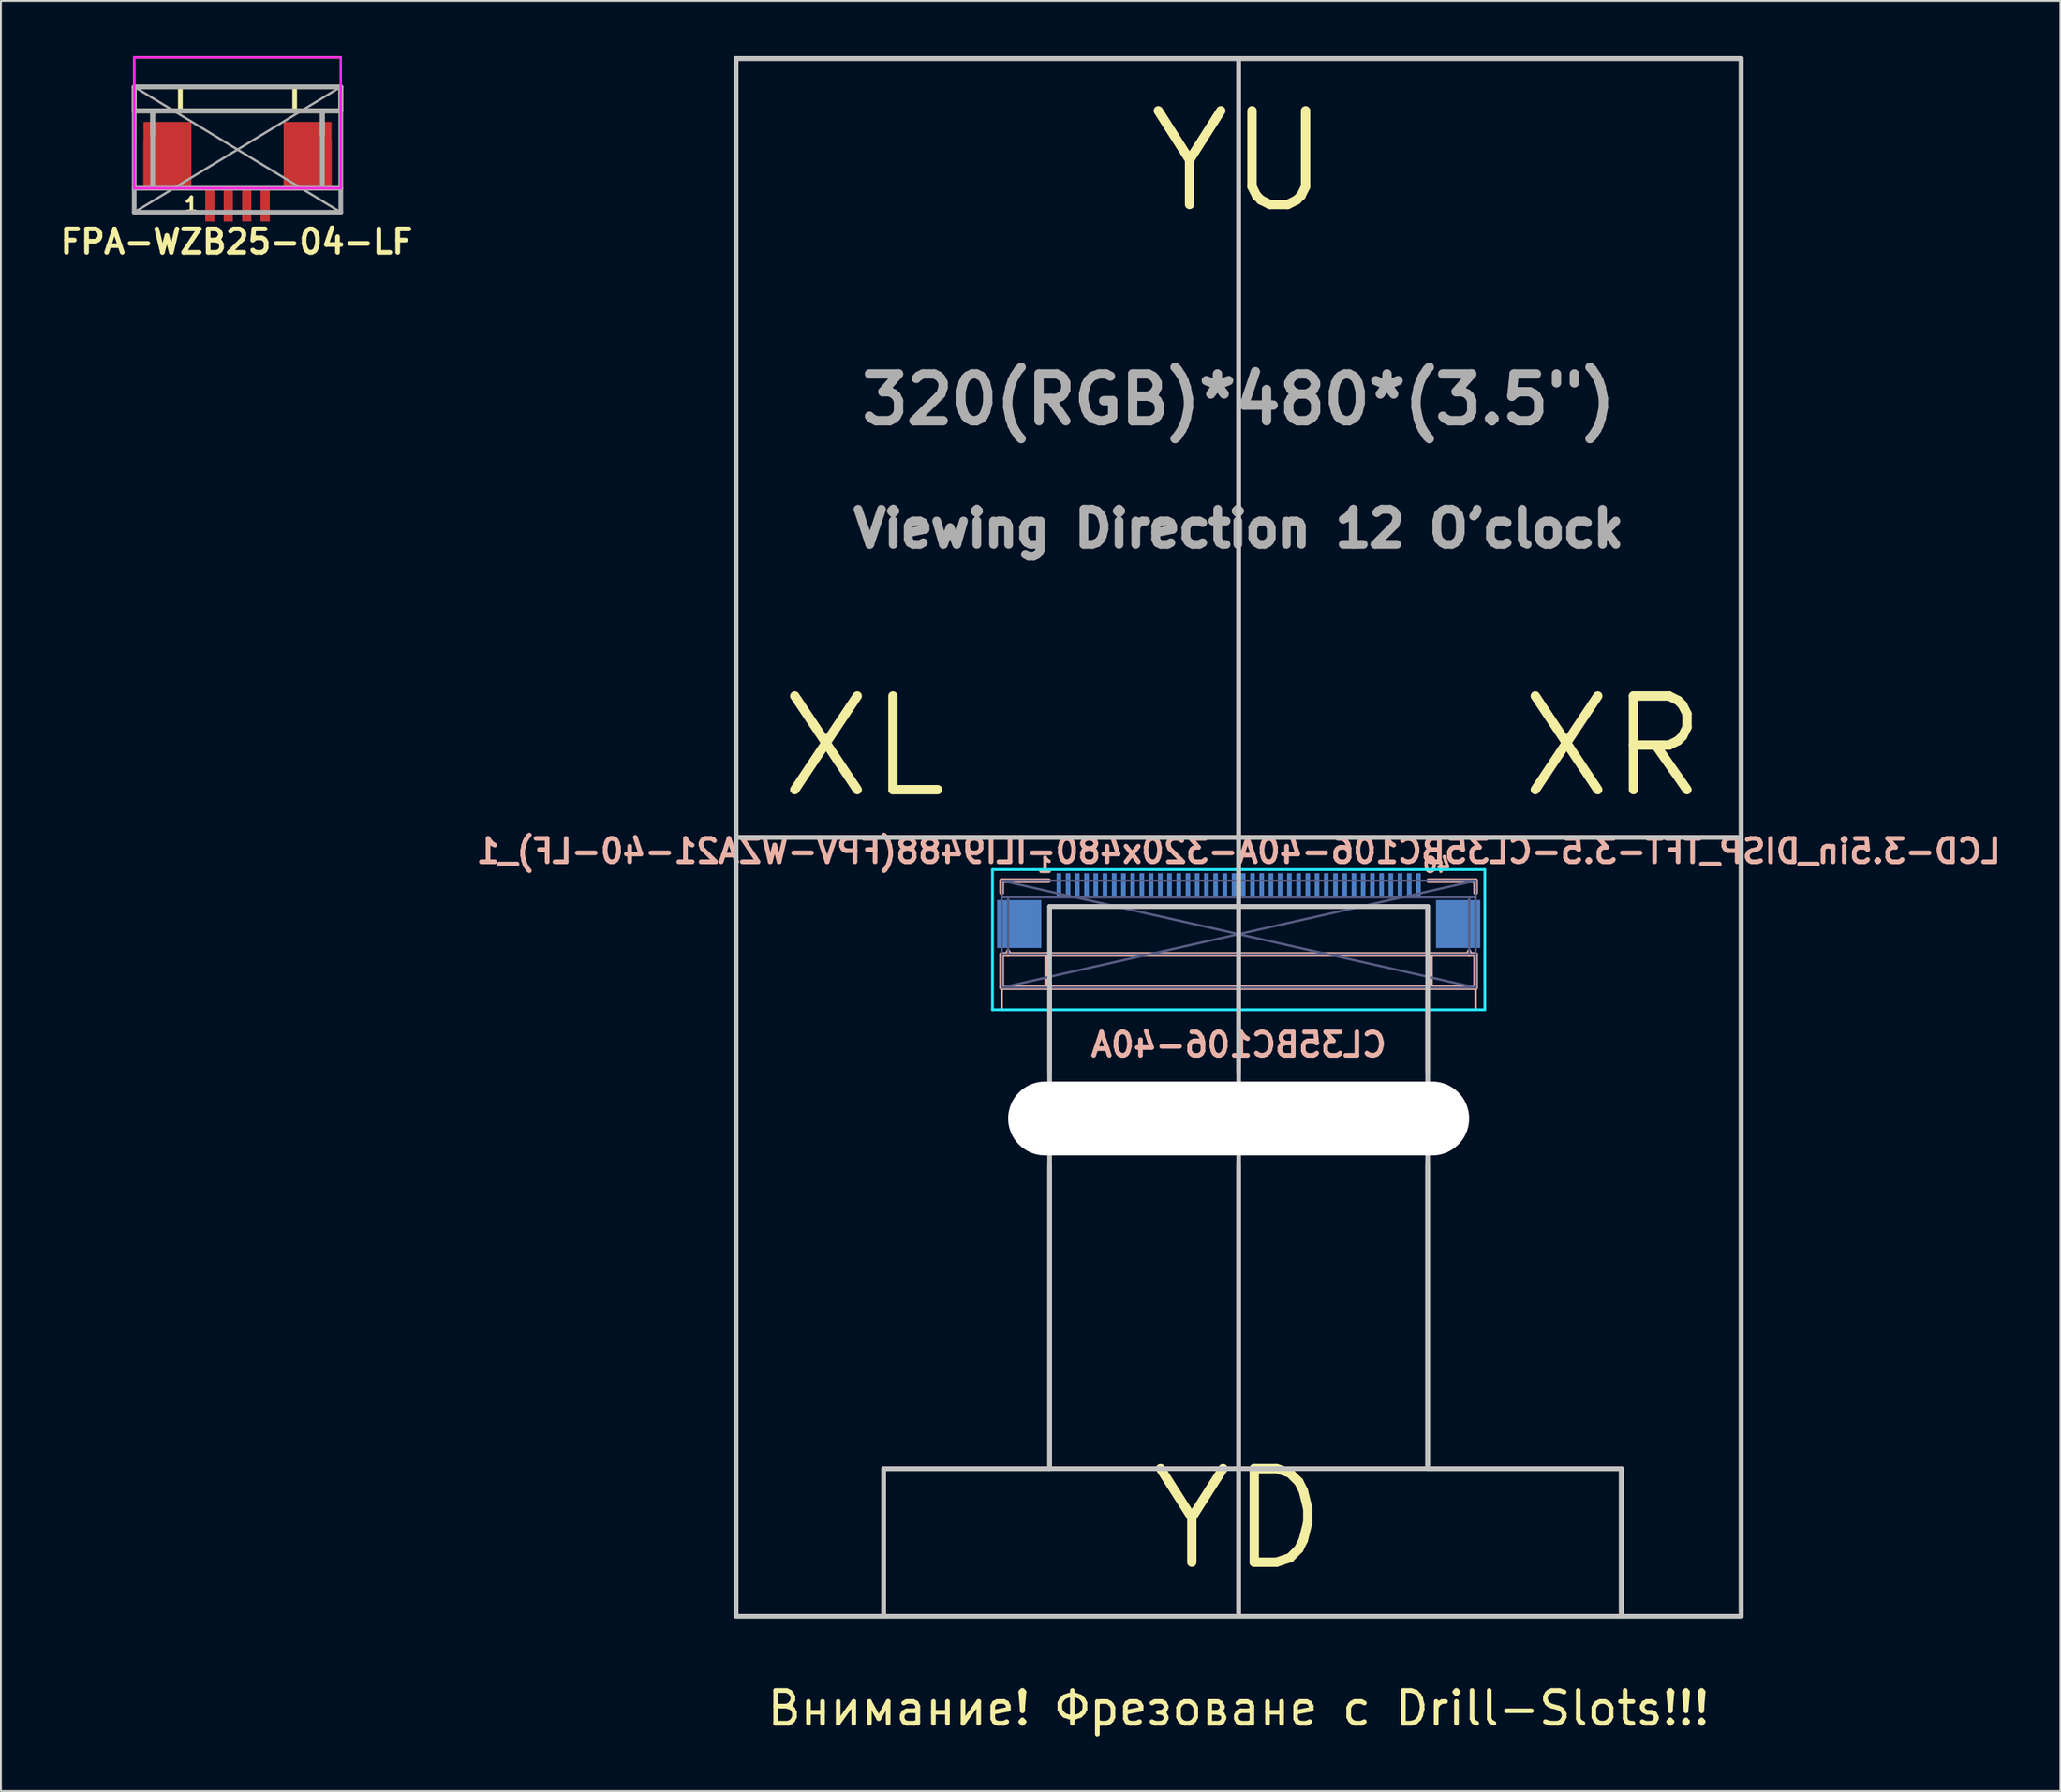
<source format=kicad_pcb>
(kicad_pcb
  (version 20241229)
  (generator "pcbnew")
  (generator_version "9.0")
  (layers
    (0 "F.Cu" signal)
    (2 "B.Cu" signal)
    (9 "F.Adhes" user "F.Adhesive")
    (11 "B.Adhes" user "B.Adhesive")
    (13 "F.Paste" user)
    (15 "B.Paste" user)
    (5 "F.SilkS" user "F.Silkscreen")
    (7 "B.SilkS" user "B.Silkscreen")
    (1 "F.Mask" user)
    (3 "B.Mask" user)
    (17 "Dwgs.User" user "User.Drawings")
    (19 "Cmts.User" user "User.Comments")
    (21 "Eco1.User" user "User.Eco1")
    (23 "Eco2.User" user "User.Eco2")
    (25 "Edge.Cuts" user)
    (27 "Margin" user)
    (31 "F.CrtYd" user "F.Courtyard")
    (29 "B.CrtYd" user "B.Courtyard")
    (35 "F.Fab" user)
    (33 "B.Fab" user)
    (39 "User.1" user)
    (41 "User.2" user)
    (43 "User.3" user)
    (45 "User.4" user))
  (footprint "FPA-WZB25-04-LF"
    (layer "F.Cu")
    (at 9.829 5.064)
    (property "Reference" "FPA-WZB25-04-LF" (at -0.05 5 0) (layer "F.SilkS") (effects (font (size 1.27 1.27) (thickness 0.254))))
    (attr smd)
    (fp_line (start -5.6 -5) (end -5.6 -3.4) (stroke (width 0.127) (type solid)) (layer "F.SilkS"))
    (fp_line (start -5.6 -3.4) (end -5.6 -2.1) (stroke (width 0.254) (type solid)) (layer "F.SilkS"))
    (fp_line (start -4.6 -2.1) (end -5.6 -2.1) (stroke (width 0.254) (type solid)) (layer "F.SilkS"))
    (fp_line (start -4.6 -2.1) (end -4.6 -0.8) (stroke (width 0.254) (type solid)) (layer "F.SilkS"))
    (fp_line (start -4.6 -2.1) (end 4.6 -2.1) (stroke (width 0.254) (type solid)) (layer "F.SilkS"))
    (fp_line (start -3.1 -2.1) (end -3.1 -3.4) (stroke (width 0.254) (type solid)) (layer "F.SilkS"))
    (fp_line (start 3.1 -3.4) (end 3.1 -2.1) (stroke (width 0.254) (type solid)) (layer "F.SilkS"))
    (fp_line (start 4.6 -2.1) (end 4.6 -0.8) (stroke (width 0.254) (type solid)) (layer "F.SilkS"))
    (fp_line (start 5.6 -5) (end -5.6 -5) (stroke (width 0.127) (type solid)) (layer "F.SilkS"))
    (fp_line (start 5.6 -3.4) (end -5.6 -3.4) (stroke (width 0.254) (type solid)) (layer "F.SilkS"))
    (fp_line (start 5.6 -3.4) (end 5.6 -5) (stroke (width 0.127) (type solid)) (layer "F.SilkS"))
    (fp_line (start 5.6 -3.4) (end 5.6 -2.1) (stroke (width 0.254) (type solid)) (layer "F.SilkS"))
    (fp_line (start 5.6 -2.1) (end 4.6 -2.1) (stroke (width 0.254) (type solid)) (layer "F.SilkS"))
    (fp_line (start -5.6 -5) (end -5.6 2.1) (stroke (width 0.127) (type solid)) (layer "F.CrtYd"))
    (fp_line (start -5.6 -5) (end 5.6 -5) (stroke (width 0.127) (type solid)) (layer "F.CrtYd"))
    (fp_line (start 5.6 -5) (end 5.6 2.1) (stroke (width 0.127) (type solid)) (layer "F.CrtYd"))
    (fp_line (start 5.6 2.1) (end -5.6 2.1) (stroke (width 0.127) (type solid)) (layer "F.CrtYd"))
    (fp_line (start -5.6 -3.4) (end -5.6 3.4) (stroke (width 0.254) (type solid)) (layer "F.Fab"))
    (fp_line (start -5.6 -3.4) (end 5.6 -3.4) (stroke (width 0.254) (type solid)) (layer "F.Fab"))
    (fp_line (start -5.6 -3.4) (end 5.6 3.4) (stroke (width 0.127) (type solid)) (layer "F.Fab"))
    (fp_line (start -5.6 -2.1) (end 5.6 -2.1) (stroke (width 0.254) (type solid)) (layer "F.Fab"))
    (fp_line (start -5.6 2.1) (end 5.6 2.1) (stroke (width 0.254) (type solid)) (layer "F.Fab"))
    (fp_line (start -5.6 3.4) (end 5.6 3.4) (stroke (width 0.254) (type solid)) (layer "F.Fab"))
    (fp_line (start -4.6 -2.1) (end -4.6 2.1) (stroke (width 0.254) (type solid)) (layer "F.Fab"))
    (fp_line (start 4.6 -2.1) (end 4.6 2.1) (stroke (width 0.254) (type solid)) (layer "F.Fab"))
    (fp_line (start 5.6 -3.4) (end -5.6 3.4) (stroke (width 0.127) (type solid)) (layer "F.Fab"))
    (fp_line (start 5.6 3.4) (end 5.6 -3.4) (stroke (width 0.254) (type solid)) (layer "F.Fab"))
    (fp_text user "1" (at -2.5 3 0) (layer "F.SilkS") (effects (font (size 0.762 0.762) (thickness 0.191))))
    (pad "0" smd rect (at -4 0.8 180) (size 2.2 2.6) (layers "F.Cu" "F.Mask" "F.Paste"))
    (pad "0" smd rect (at -3.8 0.3 180) (size 2.6 3.6) (layers "F.Cu"))
    (pad "0" smd rect (at 3.8 0.3 180) (size 2.6 3.6) (layers "F.Cu"))
    (pad "0" smd rect (at 4 0.8 180) (size 2.2 2.6) (layers "F.Cu" "F.Mask" "F.Paste"))
    (pad "1" smd rect (at -1.5 3 180) (size 0.5 1.8) (layers "F.Cu" "F.Mask" "F.Paste"))
    (pad "2" smd rect (at -0.5 3 180) (size 0.5 1.8) (layers "F.Cu" "F.Mask" "F.Paste"))
    (pad "3" smd rect (at 0.5 3 180) (size 0.5 1.8) (layers "F.Cu" "F.Mask" "F.Paste"))
    (pad "4" smd rect (at 1.5 3 180) (size 0.5 1.8) (layers "F.Cu" "F.Mask" "F.Paste")))
  (footprint "LCD-3.5in_DISP_TFT-3.5-CL35BC106-40A-320x480-ILI9488(FPV-WZA21-40-LF)_1"
    (layer "F.Cu")
    (at 64.117 47.627)
    (property "Reference" "LCD-3.5in_DISP_TFT-3.5-CL35BC106-40A-320x480-ILI9488(FPV-WZA21-40-LF)_1" (at 0 -4.5 180) (layer "B.SilkS") (effects (font (size 1.27 1.27) (thickness 0.254)) (justify mirror)))
    (attr smd)
    (fp_line (start -27.25 -47.5) (end 27.25 -47.5) (stroke (width 0.254) (type solid)) (layer "F.SilkS"))
    (fp_line (start -27.25 -5.25) (end 27.25 -5.25) (stroke (width 0.254) (type solid)) (layer "F.SilkS"))
    (fp_line (start -27.25 37) (end -27.25 -47.5) (stroke (width 0.254) (type solid)) (layer "F.SilkS"))
    (fp_line (start -19.25 29) (end -10.25 29) (stroke (width 0.254) (type default)) (layer "F.SilkS"))
    (fp_line (start -19.25 37) (end -19.25 29) (stroke (width 0.254) (type default)) (layer "F.SilkS"))
    (fp_line (start -10.25 29) (end -10.25 12.5) (stroke (width 0.254) (type default)) (layer "F.SilkS"))
    (fp_line (start 0 -47.5) (end 0 7.5) (stroke (width 0.254) (type solid)) (layer "F.SilkS"))
    (fp_line (start 0 12.5) (end 0 37) (stroke (width 0.254) (type default)) (layer "F.SilkS"))
    (fp_line (start 10.25 29) (end 10.25 12.5) (stroke (width 0.254) (type default)) (layer "F.SilkS"))
    (fp_line (start 20.75 29) (end 10.25 29) (stroke (width 0.254) (type default)) (layer "F.SilkS"))
    (fp_line (start 20.75 37) (end 20.75 29) (stroke (width 0.254) (type default)) (layer "F.SilkS"))
    (fp_line (start 27.25 -47.5) (end 27.25 37) (stroke (width 0.254) (type solid)) (layer "F.SilkS"))
    (fp_line (start 27.25 37) (end -27.25 37) (stroke (width 0.254) (type solid)) (layer "F.SilkS"))
    (fp_line (start -12.85 -2.9) (end -10.3 -2.9) (stroke (width 0.254) (type solid)) (layer "B.SilkS"))
    (fp_line (start -12.85 -2.25) (end -12.85 -2.9) (stroke (width 0.254) (type solid)) (layer "B.SilkS"))
    (fp_line (start -12.85 1.1) (end -12.5 1.1) (stroke (width 0.254) (type solid)) (layer "B.SilkS"))
    (fp_line (start -12.85 2.9) (end -12.85 1.1) (stroke (width 0.254) (type solid)) (layer "B.SilkS"))
    (fp_line (start -12.85 4.1) (end -12.85 2.9) (stroke (width 0.127) (type solid)) (layer "B.SilkS"))
    (fp_line (start -12.5 1.1) (end -12.5 0.95) (stroke (width 0.254) (type solid)) (layer "B.SilkS"))
    (fp_line (start -10.4 2.9) (end -10.4 1.1) (stroke (width 0.254) (type solid)) (layer "B.SilkS"))
    (fp_line (start -10.25 -1.5) (end -10.25 1.1) (stroke (width 0.254) (type solid)) (layer "B.SilkS"))
    (fp_line (start -10.25 2.9) (end -10.25 7.5) (stroke (width 0.254) (type solid)) (layer "B.SilkS"))
    (fp_line (start 10.25 -1.5) (end -10.25 -1.5) (stroke (width 0.254) (type solid)) (layer "B.SilkS"))
    (fp_line (start 10.25 -1.5) (end 10.25 1.1) (stroke (width 0.254) (type solid)) (layer "B.SilkS"))
    (fp_line (start 10.25 2.9) (end 10.25 7.5) (stroke (width 0.254) (type solid)) (layer "B.SilkS"))
    (fp_line (start 10.4 2.9) (end 10.4 1.1) (stroke (width 0.254) (type solid)) (layer "B.SilkS"))
    (fp_line (start 12.5 1.1) (end -12.5 1.1) (stroke (width 0.254) (type solid)) (layer "B.SilkS"))
    (fp_line (start 12.5 1.1) (end 12.5 0.95) (stroke (width 0.254) (type solid)) (layer "B.SilkS"))
    (fp_line (start 12.85 -2.9) (end 10.3 -2.9) (stroke (width 0.254) (type solid)) (layer "B.SilkS"))
    (fp_line (start 12.85 -2.25) (end 12.85 -2.9) (stroke (width 0.254) (type solid)) (layer "B.SilkS"))
    (fp_line (start 12.85 1.1) (end 12.5 1.1) (stroke (width 0.254) (type solid)) (layer "B.SilkS"))
    (fp_line (start 12.85 2.9) (end -12.85 2.9) (stroke (width 0.254) (type solid)) (layer "B.SilkS"))
    (fp_line (start 12.85 2.9) (end 12.85 1.1) (stroke (width 0.254) (type solid)) (layer "B.SilkS"))
    (fp_line (start 12.85 2.9) (end 12.85 4.1) (stroke (width 0.127) (type solid)) (layer "B.SilkS"))
    (fp_line (start 12.85 4.1) (end -12.85 4.1) (stroke (width 0.127) (type solid)) (layer "B.SilkS"))
    (fp_line (start -27.25 -47.5) (end 27.25 -47.5) (stroke (width 0.254) (type solid)) (layer "Dwgs.User"))
    (fp_line (start -27.25 -5.25) (end 27.25 -5.25) (stroke (width 0.254) (type solid)) (layer "Dwgs.User"))
    (fp_line (start -27.25 37) (end -27.25 -47.5) (stroke (width 0.254) (type solid)) (layer "Dwgs.User"))
    (fp_line (start -27.25 37) (end 27.25 37) (stroke (width 0.254) (type solid)) (layer "Dwgs.User"))
    (fp_line (start -19.25 29) (end 20.75 29) (stroke (width 0.254) (type solid)) (layer "Dwgs.User"))
    (fp_line (start -19.25 37) (end -19.25 29) (stroke (width 0.254) (type solid)) (layer "Dwgs.User"))
    (fp_line (start -10.25 29) (end -10.25 -1.5) (stroke (width 0.254) (type solid)) (layer "Dwgs.User"))
    (fp_line (start 0 37) (end 0 -47.5) (stroke (width 0.254) (type solid)) (layer "Dwgs.User"))
    (fp_line (start 10.25 -1.5) (end -10.25 -1.5) (stroke (width 0.254) (type solid)) (layer "Dwgs.User"))
    (fp_line (start 10.25 29) (end 10.25 -1.5) (stroke (width 0.254) (type solid)) (layer "Dwgs.User"))
    (fp_line (start 20.75 29) (end 20.75 37) (stroke (width 0.254) (type solid)) (layer "Dwgs.User"))
    (fp_line (start 27.25 37) (end 27.25 -47.5) (stroke (width 0.254) (type solid)) (layer "Dwgs.User"))
    (fp_line (start -13.35 4.1) (end -13.35 -3.5) (stroke (width 0.15) (type solid)) (layer "B.CrtYd"))
    (fp_line (start 13.35 -3.5) (end -13.35 -3.5) (stroke (width 0.15) (type solid)) (layer "B.CrtYd"))
    (fp_line (start 13.35 -3.5) (end 13.35 4.1) (stroke (width 0.15) (type solid)) (layer "B.CrtYd"))
    (fp_line (start 13.35 4.1) (end -13.35 4.1) (stroke (width 0.15) (type solid)) (layer "B.CrtYd"))
    (fp_line (start -12.85 -2.9) (end 12.85 -2.9) (stroke (width 0.127) (type solid)) (layer "B.Fab"))
    (fp_line (start -12.85 2.9) (end -12.85 -2.9) (stroke (width 0.127) (type solid)) (layer "B.Fab"))
    (fp_line (start -12.85 2.9) (end 12.85 -2.9) (stroke (width 0.127) (type solid)) (layer "B.Fab"))
    (fp_line (start -12.5 1.1) (end -12.5 -2) (stroke (width 0.127) (type solid)) (layer "B.Fab"))
    (fp_line (start 12.5 1.1) (end 12.5 -2) (stroke (width 0.127) (type solid)) (layer "B.Fab"))
    (fp_line (start 12.85 -2.9) (end 12.85 2.9) (stroke (width 0.127) (type solid)) (layer "B.Fab"))
    (fp_line (start 12.85 -2) (end -12.85 -2) (stroke (width 0.127) (type solid)) (layer "B.Fab"))
    (fp_line (start 12.85 1.1) (end -12.85 1.1) (stroke (width 0.127) (type solid)) (layer "B.Fab"))
    (fp_line (start 12.85 2.9) (end -12.85 -2.9) (stroke (width 0.127) (type solid)) (layer "B.Fab"))
    (fp_line (start 12.85 2.9) (end -12.85 2.9) (stroke (width 0.127) (type solid)) (layer "B.Fab"))
    (fp_text user "XR" (at 20.32 -10.16 0) (layer "F.SilkS") (effects (font (size 5.08 5.08) (thickness 0.508))))
    (fp_text user "YD" (at 0 31.75 0) (layer "F.SilkS") (effects (font (size 5.08 5.08) (thickness 0.508))))
    (fp_text user "YU" (at 0 -41.91 0) (layer "F.SilkS") (effects (font (size 5.08 5.08) (thickness 0.508))))
    (fp_text user "XL" (at -20.32 -10.16 0) (layer "F.SilkS") (effects (font (size 5.08 5.08) (thickness 0.508))))
    (fp_text user "Внимание! Фрезоване с Drill-Slots!!!" (at 0 42 0) (layer "F.SilkS") (effects (font (size 1.778 1.778) (thickness 0.254))))
    (fp_text user "1" (at -10.5 -3.75 180) (layer "B.SilkS") (effects (font (size 0.762 0.762) (thickness 0.191)) (justify mirror)))
    (fp_text user "40" (at 10.75 -3.75 0) (layer "B.SilkS") (effects (font (size 0.762 0.762) (thickness 0.191)) (justify mirror)))
    (fp_text user "CL35BC106-40A" (at 0 6 0) (layer "B.SilkS") (effects (font (size 1.27 1.27) (thickness 0.254)) (justify mirror)))
    (fp_text user "Viewing Direction 12 O’clock" (at 0 -22 0) (layer "F.Fab") (effects (font (size 1.905 1.905) (thickness 0.476))))
    (fp_text user "320(RGB)*480*(3.5\")" (at 0 -29 0) (layer "F.Fab") (effects (font (size 2.54 2.54) (thickness 0.508))))
    (pad "" np_thru_hole oval (at 0 10) (size 25 4) (drill oval 25 4) (layers "*.Cu" "*.Mask"))
    (pad "0" smd rect (at -11.9 -0.55) (size 2.4 2.6) (layers "B.Cu" "B.Mask" "B.Paste"))
    (pad "0" smd rect (at 11.9 -0.55) (size 2.4 2.6) (layers "B.Cu" "B.Mask" "B.Paste"))
    (pad "1" smd rect (at -9.75 -2.65) (size 0.25 1.3) (layers "B.Cu" "B.Mask" "B.Paste"))
    (pad "2" smd rect (at -9.25 -2.65) (size 0.25 1.3) (layers "B.Cu" "B.Mask" "B.Paste"))
    (pad "3" smd rect (at -8.75 -2.65) (size 0.25 1.3) (layers "B.Cu" "B.Mask" "B.Paste"))
    (pad "4" smd rect (at -8.25 -2.65) (size 0.25 1.3) (layers "B.Cu" "B.Mask" "B.Paste"))
    (pad "5" smd rect (at -7.75 -2.65) (size 0.25 1.3) (layers "B.Cu" "B.Mask" "B.Paste"))
    (pad "6" smd rect (at -7.25 -2.65) (size 0.25 1.3) (layers "B.Cu" "B.Mask" "B.Paste"))
    (pad "7" smd rect (at -6.75 -2.65) (size 0.25 1.3) (layers "B.Cu" "B.Mask" "B.Paste"))
    (pad "8" smd rect (at -6.25 -2.65) (size 0.25 1.3) (layers "B.Cu" "B.Mask" "B.Paste"))
    (pad "9" smd rect (at -5.75 -2.65) (size 0.25 1.3) (layers "B.Cu" "B.Mask" "B.Paste"))
    (pad "10" smd rect (at -5.25 -2.65) (size 0.25 1.3) (layers "B.Cu" "B.Mask" "B.Paste"))
    (pad "11" smd rect (at -4.75 -2.65) (size 0.25 1.3) (layers "B.Cu" "B.Mask" "B.Paste"))
    (pad "12" smd rect (at -4.25 -2.65) (size 0.25 1.3) (layers "B.Cu" "B.Mask" "B.Paste"))
    (pad "13" smd rect (at -3.75 -2.65) (size 0.25 1.3) (layers "B.Cu" "B.Mask" "B.Paste"))
    (pad "14" smd rect (at -3.25 -2.65) (size 0.25 1.3) (layers "B.Cu" "B.Mask" "B.Paste"))
    (pad "15" smd rect (at -2.75 -2.65) (size 0.25 1.3) (layers "B.Cu" "B.Mask" "B.Paste"))
    (pad "16" smd rect (at -2.25 -2.65) (size 0.25 1.3) (layers "B.Cu" "B.Mask" "B.Paste"))
    (pad "17" smd rect (at -1.75 -2.65) (size 0.25 1.3) (layers "B.Cu" "B.Mask" "B.Paste"))
    (pad "18" smd rect (at -1.25 -2.65) (size 0.25 1.3) (layers "B.Cu" "B.Mask" "B.Paste"))
    (pad "19" smd rect (at -0.75 -2.65) (size 0.25 1.3) (layers "B.Cu" "B.Mask" "B.Paste"))
    (pad "20" smd rect (at -0.25 -2.65) (size 0.25 1.3) (layers "B.Cu" "B.Mask" "B.Paste"))
    (pad "21" smd rect (at 0.25 -2.65) (size 0.25 1.3) (layers "B.Cu" "B.Mask" "B.Paste"))
    (pad "22" smd rect (at 0.75 -2.65) (size 0.25 1.3) (layers "B.Cu" "B.Mask" "B.Paste"))
    (pad "23" smd rect (at 1.25 -2.65) (size 0.25 1.3) (layers "B.Cu" "B.Mask" "B.Paste"))
    (pad "24" smd rect (at 1.75 -2.65) (size 0.25 1.3) (layers "B.Cu" "B.Mask" "B.Paste"))
    (pad "25" smd rect (at 2.25 -2.65) (size 0.25 1.3) (layers "B.Cu" "B.Mask" "B.Paste"))
    (pad "26" smd rect (at 2.75 -2.65) (size 0.25 1.3) (layers "B.Cu" "B.Mask" "B.Paste"))
    (pad "27" smd rect (at 3.25 -2.65) (size 0.25 1.3) (layers "B.Cu" "B.Mask" "B.Paste"))
    (pad "28" smd rect (at 3.75 -2.65) (size 0.25 1.3) (layers "B.Cu" "B.Mask" "B.Paste"))
    (pad "29" smd rect (at 4.25 -2.65) (size 0.25 1.3) (layers "B.Cu" "B.Mask" "B.Paste"))
    (pad "30" smd rect (at 4.75 -2.65) (size 0.25 1.3) (layers "B.Cu" "B.Mask" "B.Paste"))
    (pad "31" smd rect (at 5.25 -2.65) (size 0.25 1.3) (layers "B.Cu" "B.Mask" "B.Paste"))
    (pad "32" smd rect (at 5.75 -2.65) (size 0.25 1.3) (layers "B.Cu" "B.Mask" "B.Paste"))
    (pad "33" smd rect (at 6.25 -2.65) (size 0.25 1.3) (layers "B.Cu" "B.Mask" "B.Paste"))
    (pad "34" smd rect (at 6.75 -2.65) (size 0.25 1.3) (layers "B.Cu" "B.Mask" "B.Paste"))
    (pad "35" smd rect (at 7.25 -2.65) (size 0.25 1.3) (layers "B.Cu" "B.Mask" "B.Paste"))
    (pad "36" smd rect (at 7.75 -2.65) (size 0.25 1.3) (layers "B.Cu" "B.Mask" "B.Paste"))
    (pad "37" smd rect (at 8.25 -2.65) (size 0.25 1.3) (layers "B.Cu" "B.Mask" "B.Paste"))
    (pad "38" smd rect (at 8.75 -2.65) (size 0.25 1.3) (layers "B.Cu" "B.Mask" "B.Paste"))
    (pad "39" smd rect (at 9.25 -2.65) (size 0.25 1.3) (layers "B.Cu" "B.Mask" "B.Paste"))
    (pad "40" smd rect (at 9.75 -2.65) (size 0.25 1.3) (layers "B.Cu" "B.Mask" "B.Paste")))
  (gr_rect
    (start -3 -3)
    (end 108.676 94.113)
    (stroke (width 0.1) (type default))
    (fill no)
    (layer "Edge.Cuts")))
</source>
